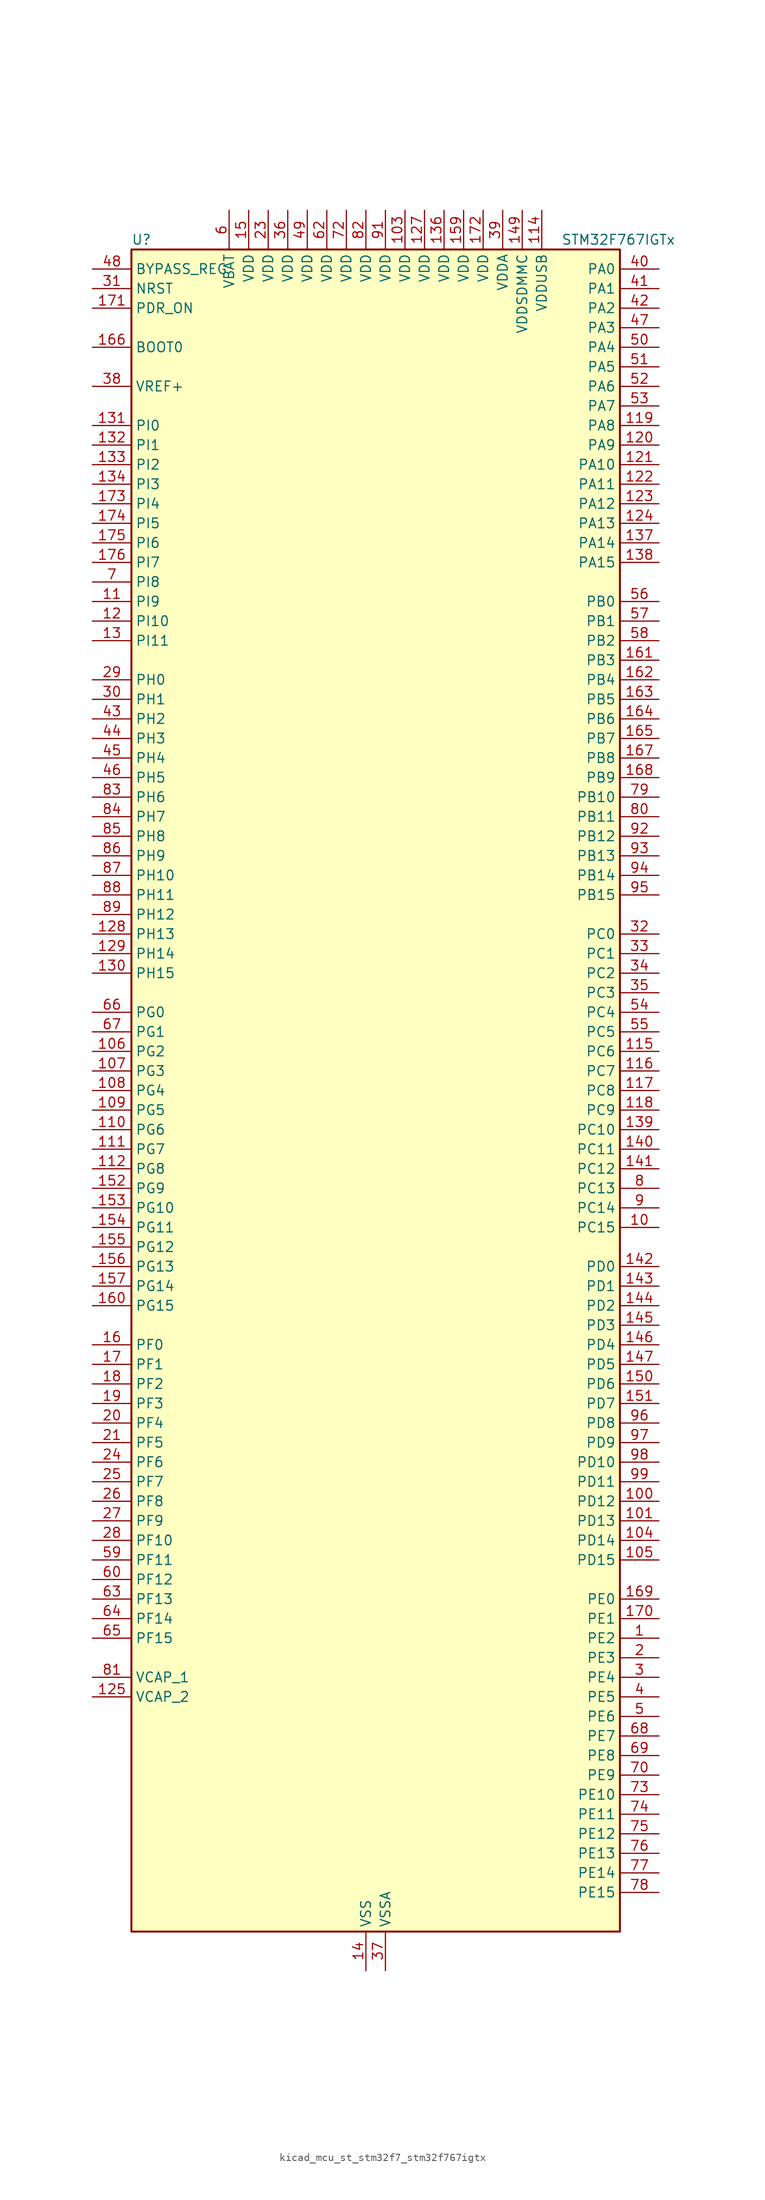
<source format=kicad_sym>
(kicad_symbol_lib
  (version 20220914)
  (generator kicad_symbol_editor)
  (symbol "kicad_mcu_st_stm32f7_stm32f767igtx"
    (property "Reference" "U"
      (at -30.48 110.49 0)
      (effects (font (size 1.27 1.27)) (justify left)))
    (property "Value" "STM32F767IGTx"
      (at 25.4 110.49 0)
      (effects (font (size 1.27 1.27)) (justify left)))
    (property "ki_locked" ""
      (at 0 0 0)
      (effects (font (size 1.27 1.27))))
    (symbol "kicad_mcu_st_stm32f7_stm32f767igtx_0_1"
      (rectangle (start -30.48 -109.22) (end 33.02 109.22) (stroke (width 0.254) (type default)) (fill (type background))))
    (symbol "kicad_mcu_st_stm32f7_stm32f767igtx_1_1"
      (pin bidirectional line (at 38.1 -71.12 180) (length 5.08) (name "PE2" (effects (font (size 1.27 1.27)))) (number "1" (effects (font (size 1.27 1.27)))) (alternate "ETH_TXD3" bidirectional line) (alternate "FMC_A23" bidirectional line) (alternate "QUADSPI_BK1_IO2" bidirectional line) (alternate "SAI1_MCLK_A" bidirectional line) (alternate "SPI4_SCK" bidirectional line) (alternate "SYS_TRACECLK" bidirectional line))
      (pin bidirectional line (at 38.1 -17.78 180) (length 5.08) (name "PC15" (effects (font (size 1.27 1.27)))) (number "10" (effects (font (size 1.27 1.27)))) (alternate "RCC_OSC32_OUT" bidirectional line))
      (pin bidirectional line (at 38.1 -53.34 180) (length 5.08) (name "PD12" (effects (font (size 1.27 1.27)))) (number "100" (effects (font (size 1.27 1.27)))) (alternate "FMC_A17" bidirectional line) (alternate "FMC_ALE" bidirectional line) (alternate "I2C4_SCL" bidirectional line) (alternate "LPTIM1_IN1" bidirectional line) (alternate "QUADSPI_BK1_IO1" bidirectional line) (alternate "SAI2_FS_A" bidirectional line) (alternate "TIM4_CH1" bidirectional line) (alternate "USART3_DE" bidirectional line) (alternate "USART3_RTS" bidirectional line))
      (pin bidirectional line (at 38.1 -55.88 180) (length 5.08) (name "PD13" (effects (font (size 1.27 1.27)))) (number "101" (effects (font (size 1.27 1.27)))) (alternate "FMC_A18" bidirectional line) (alternate "I2C4_SDA" bidirectional line) (alternate "LPTIM1_OUT" bidirectional line) (alternate "QUADSPI_BK1_IO3" bidirectional line) (alternate "SAI2_SCK_A" bidirectional line) (alternate "TIM4_CH2" bidirectional line))
      (pin passive line (at 0 -114.3 90) (length 5.08) hide (name "VSS" (effects (font (size 1.27 1.27)))) (number "102" (effects (font (size 1.27 1.27)))))
      (pin power_in line (at 5.08 114.3 270) (length 5.08) (name "VDD" (effects (font (size 1.27 1.27)))) (number "103" (effects (font (size 1.27 1.27)))))
      (pin bidirectional line (at 38.1 -58.42 180) (length 5.08) (name "PD14" (effects (font (size 1.27 1.27)))) (number "104" (effects (font (size 1.27 1.27)))) (alternate "FMC_D0" bidirectional line) (alternate "FMC_DA0" bidirectional line) (alternate "TIM4_CH3" bidirectional line) (alternate "UART8_CTS" bidirectional line))
      (pin bidirectional line (at 38.1 -60.96 180) (length 5.08) (name "PD15" (effects (font (size 1.27 1.27)))) (number "105" (effects (font (size 1.27 1.27)))) (alternate "FMC_D1" bidirectional line) (alternate "FMC_DA1" bidirectional line) (alternate "TIM4_CH4" bidirectional line) (alternate "UART8_DE" bidirectional line) (alternate "UART8_RTS" bidirectional line))
      (pin bidirectional line (at -35.56 5.08 0) (length 5.08) (name "PG2" (effects (font (size 1.27 1.27)))) (number "106" (effects (font (size 1.27 1.27)))) (alternate "FMC_A12" bidirectional line))
      (pin bidirectional line (at -35.56 2.54 0) (length 5.08) (name "PG3" (effects (font (size 1.27 1.27)))) (number "107" (effects (font (size 1.27 1.27)))) (alternate "FMC_A13" bidirectional line))
      (pin bidirectional line (at -35.56 0 0) (length 5.08) (name "PG4" (effects (font (size 1.27 1.27)))) (number "108" (effects (font (size 1.27 1.27)))) (alternate "FMC_A14" bidirectional line) (alternate "FMC_BA0" bidirectional line))
      (pin bidirectional line (at -35.56 -2.54 0) (length 5.08) (name "PG5" (effects (font (size 1.27 1.27)))) (number "109" (effects (font (size 1.27 1.27)))) (alternate "FMC_A15" bidirectional line) (alternate "FMC_BA1" bidirectional line))
      (pin bidirectional line (at -35.56 63.5 0) (length 5.08) (name "PI9" (effects (font (size 1.27 1.27)))) (number "11" (effects (font (size 1.27 1.27)))) (alternate "CAN1_RX" bidirectional line) (alternate "DAC_EXTI9" bidirectional line) (alternate "FMC_D30" bidirectional line) (alternate "LTDC_VSYNC" bidirectional line) (alternate "UART4_RX" bidirectional line))
      (pin bidirectional line (at -35.56 -5.08 0) (length 5.08) (name "PG6" (effects (font (size 1.27 1.27)))) (number "110" (effects (font (size 1.27 1.27)))) (alternate "DCMI_D12" bidirectional line) (alternate "FMC_NE3" bidirectional line) (alternate "LTDC_R7" bidirectional line))
      (pin bidirectional line (at -35.56 -7.62 0) (length 5.08) (name "PG7" (effects (font (size 1.27 1.27)))) (number "111" (effects (font (size 1.27 1.27)))) (alternate "DCMI_D13" bidirectional line) (alternate "FMC_INT" bidirectional line) (alternate "LTDC_CLK" bidirectional line) (alternate "SAI1_MCLK_A" bidirectional line) (alternate "USART6_CK" bidirectional line))
      (pin bidirectional line (at -35.56 -10.16 0) (length 5.08) (name "PG8" (effects (font (size 1.27 1.27)))) (number "112" (effects (font (size 1.27 1.27)))) (alternate "ETH_PPS_OUT" bidirectional line) (alternate "FMC_SDCLK" bidirectional line) (alternate "LTDC_G7" bidirectional line) (alternate "SPDIFRX_IN2" bidirectional line) (alternate "SPI6_NSS" bidirectional line) (alternate "USART6_DE" bidirectional line) (alternate "USART6_RTS" bidirectional line))
      (pin passive line (at 0 -114.3 90) (length 5.08) hide (name "VSS" (effects (font (size 1.27 1.27)))) (number "113" (effects (font (size 1.27 1.27)))))
      (pin power_in line (at 22.86 114.3 270) (length 5.08) (name "VDDUSB" (effects (font (size 1.27 1.27)))) (number "114" (effects (font (size 1.27 1.27)))))
      (pin bidirectional line (at 38.1 5.08 180) (length 5.08) (name "PC6" (effects (font (size 1.27 1.27)))) (number "115" (effects (font (size 1.27 1.27)))) (alternate "DCMI_D0" bidirectional line) (alternate "DFSDM1_CKIN3" bidirectional line) (alternate "FMC_NWAIT" bidirectional line) (alternate "I2S2_MCK" bidirectional line) (alternate "LTDC_HSYNC" bidirectional line) (alternate "SDMMC1_D6" bidirectional line) (alternate "SDMMC2_D6" bidirectional line) (alternate "TIM3_CH1" bidirectional line) (alternate "TIM8_CH1" bidirectional line) (alternate "USART6_TX" bidirectional line))
      (pin bidirectional line (at 38.1 2.54 180) (length 5.08) (name "PC7" (effects (font (size 1.27 1.27)))) (number "116" (effects (font (size 1.27 1.27)))) (alternate "DCMI_D1" bidirectional line) (alternate "DFSDM1_DATIN3" bidirectional line) (alternate "FMC_NE1" bidirectional line) (alternate "I2S3_MCK" bidirectional line) (alternate "LTDC_G6" bidirectional line) (alternate "SDMMC1_D7" bidirectional line) (alternate "SDMMC2_D7" bidirectional line) (alternate "TIM3_CH2" bidirectional line) (alternate "TIM8_CH2" bidirectional line) (alternate "USART6_RX" bidirectional line))
      (pin bidirectional line (at 38.1 0 180) (length 5.08) (name "PC8" (effects (font (size 1.27 1.27)))) (number "117" (effects (font (size 1.27 1.27)))) (alternate "DCMI_D2" bidirectional line) (alternate "FMC_NCE" bidirectional line) (alternate "FMC_NE2" bidirectional line) (alternate "SDMMC1_D0" bidirectional line) (alternate "SYS_TRACED1" bidirectional line) (alternate "TIM3_CH3" bidirectional line) (alternate "TIM8_CH3" bidirectional line) (alternate "UART5_DE" bidirectional line) (alternate "UART5_RTS" bidirectional line) (alternate "USART6_CK" bidirectional line))
      (pin bidirectional line (at 38.1 -2.54 180) (length 5.08) (name "PC9" (effects (font (size 1.27 1.27)))) (number "118" (effects (font (size 1.27 1.27)))) (alternate "DAC_EXTI9" bidirectional line) (alternate "DCMI_D3" bidirectional line) (alternate "I2C3_SDA" bidirectional line) (alternate "I2S_CKIN" bidirectional line) (alternate "LTDC_B2" bidirectional line) (alternate "LTDC_G3" bidirectional line) (alternate "QUADSPI_BK1_IO0" bidirectional line) (alternate "RCC_MCO_2" bidirectional line) (alternate "SDMMC1_D1" bidirectional line) (alternate "TIM3_CH4" bidirectional line) (alternate "TIM8_CH4" bidirectional line) (alternate "UART5_CTS" bidirectional line))
      (pin bidirectional line (at 38.1 86.36 180) (length 5.08) (name "PA8" (effects (font (size 1.27 1.27)))) (number "119" (effects (font (size 1.27 1.27)))) (alternate "CAN3_RX" bidirectional line) (alternate "I2C3_SCL" bidirectional line) (alternate "LTDC_B3" bidirectional line) (alternate "LTDC_R6" bidirectional line) (alternate "RCC_MCO_1" bidirectional line) (alternate "TIM1_CH1" bidirectional line) (alternate "TIM8_BKIN2" bidirectional line) (alternate "UART7_RX" bidirectional line) (alternate "USART1_CK" bidirectional line) (alternate "USB_OTG_FS_SOF" bidirectional line))
      (pin bidirectional line (at -35.56 60.96 0) (length 5.08) (name "PI10" (effects (font (size 1.27 1.27)))) (number "12" (effects (font (size 1.27 1.27)))) (alternate "ETH_RX_ER" bidirectional line) (alternate "FMC_D31" bidirectional line) (alternate "LTDC_HSYNC" bidirectional line))
      (pin bidirectional line (at 38.1 83.82 180) (length 5.08) (name "PA9" (effects (font (size 1.27 1.27)))) (number "120" (effects (font (size 1.27 1.27)))) (alternate "DAC_EXTI9" bidirectional line) (alternate "DCMI_D0" bidirectional line) (alternate "I2C3_SMBA" bidirectional line) (alternate "I2S2_CK" bidirectional line) (alternate "LTDC_R5" bidirectional line) (alternate "SPI2_SCK" bidirectional line) (alternate "TIM1_CH2" bidirectional line) (alternate "USART1_TX" bidirectional line) (alternate "USB_OTG_FS_VBUS" bidirectional line))
      (pin bidirectional line (at 38.1 81.28 180) (length 5.08) (name "PA10" (effects (font (size 1.27 1.27)))) (number "121" (effects (font (size 1.27 1.27)))) (alternate "DCMI_D1" bidirectional line) (alternate "LTDC_B1" bidirectional line) (alternate "LTDC_B4" bidirectional line) (alternate "MDIOS_MDIO" bidirectional line) (alternate "TIM1_CH3" bidirectional line) (alternate "USART1_RX" bidirectional line) (alternate "USB_OTG_FS_ID" bidirectional line))
      (pin bidirectional line (at 38.1 78.74 180) (length 5.08) (name "PA11" (effects (font (size 1.27 1.27)))) (number "122" (effects (font (size 1.27 1.27)))) (alternate "ADC1_EXTI11" bidirectional line) (alternate "ADC2_EXTI11" bidirectional line) (alternate "ADC3_EXTI11" bidirectional line) (alternate "CAN1_RX" bidirectional line) (alternate "I2S2_WS" bidirectional line) (alternate "LTDC_R4" bidirectional line) (alternate "SPI2_NSS" bidirectional line) (alternate "TIM1_CH4" bidirectional line) (alternate "UART4_RX" bidirectional line) (alternate "USART1_CTS" bidirectional line) (alternate "USB_OTG_FS_DM" bidirectional line))
      (pin bidirectional line (at 38.1 76.2 180) (length 5.08) (name "PA12" (effects (font (size 1.27 1.27)))) (number "123" (effects (font (size 1.27 1.27)))) (alternate "CAN1_TX" bidirectional line) (alternate "I2S2_CK" bidirectional line) (alternate "LTDC_R5" bidirectional line) (alternate "SAI2_FS_B" bidirectional line) (alternate "SPI2_SCK" bidirectional line) (alternate "TIM1_ETR" bidirectional line) (alternate "UART4_TX" bidirectional line) (alternate "USART1_DE" bidirectional line) (alternate "USART1_RTS" bidirectional line) (alternate "USB_OTG_FS_DP" bidirectional line))
      (pin bidirectional line (at 38.1 73.66 180) (length 5.08) (name "PA13" (effects (font (size 1.27 1.27)))) (number "124" (effects (font (size 1.27 1.27)))) (alternate "SYS_JTMS-SWDIO" bidirectional line))
      (pin power_out line (at -35.56 -78.74 0) (length 5.08) (name "VCAP_2" (effects (font (size 1.27 1.27)))) (number "125" (effects (font (size 1.27 1.27)))))
      (pin passive line (at 0 -114.3 90) (length 5.08) hide (name "VSS" (effects (font (size 1.27 1.27)))) (number "126" (effects (font (size 1.27 1.27)))))
      (pin power_in line (at 7.62 114.3 270) (length 5.08) (name "VDD" (effects (font (size 1.27 1.27)))) (number "127" (effects (font (size 1.27 1.27)))))
      (pin bidirectional line (at -35.56 20.32 0) (length 5.08) (name "PH13" (effects (font (size 1.27 1.27)))) (number "128" (effects (font (size 1.27 1.27)))) (alternate "CAN1_TX" bidirectional line) (alternate "FMC_D21" bidirectional line) (alternate "LTDC_G2" bidirectional line) (alternate "TIM8_CH1N" bidirectional line) (alternate "UART4_TX" bidirectional line))
      (pin bidirectional line (at -35.56 17.78 0) (length 5.08) (name "PH14" (effects (font (size 1.27 1.27)))) (number "129" (effects (font (size 1.27 1.27)))) (alternate "CAN1_RX" bidirectional line) (alternate "DCMI_D4" bidirectional line) (alternate "FMC_D22" bidirectional line) (alternate "LTDC_G3" bidirectional line) (alternate "TIM8_CH2N" bidirectional line) (alternate "UART4_RX" bidirectional line))
      (pin bidirectional line (at -35.56 58.42 0) (length 5.08) (name "PI11" (effects (font (size 1.27 1.27)))) (number "13" (effects (font (size 1.27 1.27)))) (alternate "ADC1_EXTI11" bidirectional line) (alternate "ADC2_EXTI11" bidirectional line) (alternate "ADC3_EXTI11" bidirectional line) (alternate "LTDC_G6" bidirectional line) (alternate "SYS_WKUP6" bidirectional line) (alternate "USB_OTG_HS_ULPI_DIR" bidirectional line))
      (pin bidirectional line (at -35.56 15.24 0) (length 5.08) (name "PH15" (effects (font (size 1.27 1.27)))) (number "130" (effects (font (size 1.27 1.27)))) (alternate "DCMI_D11" bidirectional line) (alternate "FMC_D23" bidirectional line) (alternate "LTDC_G4" bidirectional line) (alternate "TIM8_CH3N" bidirectional line))
      (pin bidirectional line (at -35.56 86.36 0) (length 5.08) (name "PI0" (effects (font (size 1.27 1.27)))) (number "131" (effects (font (size 1.27 1.27)))) (alternate "DCMI_D13" bidirectional line) (alternate "FMC_D24" bidirectional line) (alternate "I2S2_WS" bidirectional line) (alternate "LTDC_G5" bidirectional line) (alternate "SPI2_NSS" bidirectional line) (alternate "TIM5_CH4" bidirectional line))
      (pin bidirectional line (at -35.56 83.82 0) (length 5.08) (name "PI1" (effects (font (size 1.27 1.27)))) (number "132" (effects (font (size 1.27 1.27)))) (alternate "DCMI_D8" bidirectional line) (alternate "FMC_D25" bidirectional line) (alternate "I2S2_CK" bidirectional line) (alternate "LTDC_G6" bidirectional line) (alternate "SPI2_SCK" bidirectional line) (alternate "TIM8_BKIN2" bidirectional line))
      (pin bidirectional line (at -35.56 81.28 0) (length 5.08) (name "PI2" (effects (font (size 1.27 1.27)))) (number "133" (effects (font (size 1.27 1.27)))) (alternate "DCMI_D9" bidirectional line) (alternate "FMC_D26" bidirectional line) (alternate "LTDC_G7" bidirectional line) (alternate "SPI2_MISO" bidirectional line) (alternate "TIM8_CH4" bidirectional line))
      (pin bidirectional line (at -35.56 78.74 0) (length 5.08) (name "PI3" (effects (font (size 1.27 1.27)))) (number "134" (effects (font (size 1.27 1.27)))) (alternate "DCMI_D10" bidirectional line) (alternate "FMC_D27" bidirectional line) (alternate "I2S2_SD" bidirectional line) (alternate "SPI2_MOSI" bidirectional line) (alternate "TIM8_ETR" bidirectional line))
      (pin passive line (at 0 -114.3 90) (length 5.08) hide (name "VSS" (effects (font (size 1.27 1.27)))) (number "135" (effects (font (size 1.27 1.27)))))
      (pin power_in line (at 10.16 114.3 270) (length 5.08) (name "VDD" (effects (font (size 1.27 1.27)))) (number "136" (effects (font (size 1.27 1.27)))))
      (pin bidirectional line (at 38.1 71.12 180) (length 5.08) (name "PA14" (effects (font (size 1.27 1.27)))) (number "137" (effects (font (size 1.27 1.27)))) (alternate "SYS_JTCK-SWCLK" bidirectional line))
      (pin bidirectional line (at 38.1 68.58 180) (length 5.08) (name "PA15" (effects (font (size 1.27 1.27)))) (number "138" (effects (font (size 1.27 1.27)))) (alternate "CAN3_TX" bidirectional line) (alternate "CEC" bidirectional line) (alternate "I2S1_WS" bidirectional line) (alternate "I2S3_WS" bidirectional line) (alternate "SPI1_NSS" bidirectional line) (alternate "SPI3_NSS" bidirectional line) (alternate "SPI6_NSS" bidirectional line) (alternate "SYS_JTDI" bidirectional line) (alternate "TIM2_CH1" bidirectional line) (alternate "TIM2_ETR" bidirectional line) (alternate "UART4_DE" bidirectional line) (alternate "UART4_RTS" bidirectional line) (alternate "UART7_TX" bidirectional line))
      (pin bidirectional line (at 38.1 -5.08 180) (length 5.08) (name "PC10" (effects (font (size 1.27 1.27)))) (number "139" (effects (font (size 1.27 1.27)))) (alternate "DCMI_D8" bidirectional line) (alternate "DFSDM1_CKIN5" bidirectional line) (alternate "I2S3_CK" bidirectional line) (alternate "LTDC_R2" bidirectional line) (alternate "QUADSPI_BK1_IO1" bidirectional line) (alternate "SDMMC1_D2" bidirectional line) (alternate "SPI3_SCK" bidirectional line) (alternate "UART4_TX" bidirectional line) (alternate "USART3_TX" bidirectional line))
      (pin power_in line (at 0 -114.3 90) (length 5.08) (name "VSS" (effects (font (size 1.27 1.27)))) (number "14" (effects (font (size 1.27 1.27)))))
      (pin bidirectional line (at 38.1 -7.62 180) (length 5.08) (name "PC11" (effects (font (size 1.27 1.27)))) (number "140" (effects (font (size 1.27 1.27)))) (alternate "ADC1_EXTI11" bidirectional line) (alternate "ADC2_EXTI11" bidirectional line) (alternate "ADC3_EXTI11" bidirectional line) (alternate "DCMI_D4" bidirectional line) (alternate "DFSDM1_DATIN5" bidirectional line) (alternate "QUADSPI_BK2_NCS" bidirectional line) (alternate "SDMMC1_D3" bidirectional line) (alternate "SPI3_MISO" bidirectional line) (alternate "UART4_RX" bidirectional line) (alternate "USART3_RX" bidirectional line))
      (pin bidirectional line (at 38.1 -10.16 180) (length 5.08) (name "PC12" (effects (font (size 1.27 1.27)))) (number "141" (effects (font (size 1.27 1.27)))) (alternate "DCMI_D9" bidirectional line) (alternate "I2S3_SD" bidirectional line) (alternate "SDMMC1_CK" bidirectional line) (alternate "SPI3_MOSI" bidirectional line) (alternate "SYS_TRACED3" bidirectional line) (alternate "UART5_TX" bidirectional line) (alternate "USART3_CK" bidirectional line))
      (pin bidirectional line (at 38.1 -22.86 180) (length 5.08) (name "PD0" (effects (font (size 1.27 1.27)))) (number "142" (effects (font (size 1.27 1.27)))) (alternate "CAN1_RX" bidirectional line) (alternate "DFSDM1_CKIN6" bidirectional line) (alternate "DFSDM1_DATIN7" bidirectional line) (alternate "FMC_D2" bidirectional line) (alternate "FMC_DA2" bidirectional line) (alternate "UART4_RX" bidirectional line))
      (pin bidirectional line (at 38.1 -25.4 180) (length 5.08) (name "PD1" (effects (font (size 1.27 1.27)))) (number "143" (effects (font (size 1.27 1.27)))) (alternate "CAN1_TX" bidirectional line) (alternate "DFSDM1_CKIN7" bidirectional line) (alternate "DFSDM1_DATIN6" bidirectional line) (alternate "FMC_D3" bidirectional line) (alternate "FMC_DA3" bidirectional line) (alternate "UART4_TX" bidirectional line))
      (pin bidirectional line (at 38.1 -27.94 180) (length 5.08) (name "PD2" (effects (font (size 1.27 1.27)))) (number "144" (effects (font (size 1.27 1.27)))) (alternate "DCMI_D11" bidirectional line) (alternate "SDMMC1_CMD" bidirectional line) (alternate "SYS_TRACED2" bidirectional line) (alternate "TIM3_ETR" bidirectional line) (alternate "UART5_RX" bidirectional line))
      (pin bidirectional line (at 38.1 -30.48 180) (length 5.08) (name "PD3" (effects (font (size 1.27 1.27)))) (number "145" (effects (font (size 1.27 1.27)))) (alternate "DCMI_D5" bidirectional line) (alternate "DFSDM1_CKOUT" bidirectional line) (alternate "DFSDM1_DATIN0" bidirectional line) (alternate "FMC_CLK" bidirectional line) (alternate "I2S2_CK" bidirectional line) (alternate "LTDC_G7" bidirectional line) (alternate "SPI2_SCK" bidirectional line) (alternate "USART2_CTS" bidirectional line))
      (pin bidirectional line (at 38.1 -33.02 180) (length 5.08) (name "PD4" (effects (font (size 1.27 1.27)))) (number "146" (effects (font (size 1.27 1.27)))) (alternate "DFSDM1_CKIN0" bidirectional line) (alternate "FMC_NOE" bidirectional line) (alternate "USART2_DE" bidirectional line) (alternate "USART2_RTS" bidirectional line))
      (pin bidirectional line (at 38.1 -35.56 180) (length 5.08) (name "PD5" (effects (font (size 1.27 1.27)))) (number "147" (effects (font (size 1.27 1.27)))) (alternate "FMC_NWE" bidirectional line) (alternate "USART2_TX" bidirectional line))
      (pin passive line (at 0 -114.3 90) (length 5.08) hide (name "VSS" (effects (font (size 1.27 1.27)))) (number "148" (effects (font (size 1.27 1.27)))))
      (pin power_in line (at 20.32 114.3 270) (length 5.08) (name "VDDSDMMC" (effects (font (size 1.27 1.27)))) (number "149" (effects (font (size 1.27 1.27)))))
      (pin power_in line (at -15.24 114.3 270) (length 5.08) (name "VDD" (effects (font (size 1.27 1.27)))) (number "15" (effects (font (size 1.27 1.27)))))
      (pin bidirectional line (at 38.1 -38.1 180) (length 5.08) (name "PD6" (effects (font (size 1.27 1.27)))) (number "150" (effects (font (size 1.27 1.27)))) (alternate "DCMI_D10" bidirectional line) (alternate "DFSDM1_CKIN4" bidirectional line) (alternate "DFSDM1_DATIN1" bidirectional line) (alternate "FMC_NWAIT" bidirectional line) (alternate "I2S3_SD" bidirectional line) (alternate "LTDC_B2" bidirectional line) (alternate "SAI1_SD_A" bidirectional line) (alternate "SDMMC2_CK" bidirectional line) (alternate "SPI3_MOSI" bidirectional line) (alternate "USART2_RX" bidirectional line))
      (pin bidirectional line (at 38.1 -40.64 180) (length 5.08) (name "PD7" (effects (font (size 1.27 1.27)))) (number "151" (effects (font (size 1.27 1.27)))) (alternate "DFSDM1_CKIN1" bidirectional line) (alternate "DFSDM1_DATIN4" bidirectional line) (alternate "FMC_NE1" bidirectional line) (alternate "I2S1_SD" bidirectional line) (alternate "SDMMC2_CMD" bidirectional line) (alternate "SPDIFRX_IN0" bidirectional line) (alternate "SPI1_MOSI" bidirectional line) (alternate "USART2_CK" bidirectional line))
      (pin bidirectional line (at -35.56 -12.7 0) (length 5.08) (name "PG9" (effects (font (size 1.27 1.27)))) (number "152" (effects (font (size 1.27 1.27)))) (alternate "DAC_EXTI9" bidirectional line) (alternate "DCMI_VSYNC" bidirectional line) (alternate "FMC_NCE" bidirectional line) (alternate "FMC_NE2" bidirectional line) (alternate "QUADSPI_BK2_IO2" bidirectional line) (alternate "SAI2_FS_B" bidirectional line) (alternate "SDMMC2_D0" bidirectional line) (alternate "SPDIFRX_IN3" bidirectional line) (alternate "SPI1_MISO" bidirectional line) (alternate "USART6_RX" bidirectional line))
      (pin bidirectional line (at -35.56 -15.24 0) (length 5.08) (name "PG10" (effects (font (size 1.27 1.27)))) (number "153" (effects (font (size 1.27 1.27)))) (alternate "DCMI_D2" bidirectional line) (alternate "FMC_NE3" bidirectional line) (alternate "I2S1_WS" bidirectional line) (alternate "LTDC_B2" bidirectional line) (alternate "LTDC_G3" bidirectional line) (alternate "SAI2_SD_B" bidirectional line) (alternate "SDMMC2_D1" bidirectional line) (alternate "SPI1_NSS" bidirectional line))
      (pin bidirectional line (at -35.56 -17.78 0) (length 5.08) (name "PG11" (effects (font (size 1.27 1.27)))) (number "154" (effects (font (size 1.27 1.27)))) (alternate "ADC1_EXTI11" bidirectional line) (alternate "ADC2_EXTI11" bidirectional line) (alternate "ADC3_EXTI11" bidirectional line) (alternate "DCMI_D3" bidirectional line) (alternate "ETH_TX_EN" bidirectional line) (alternate "I2S1_CK" bidirectional line) (alternate "LTDC_B3" bidirectional line) (alternate "SDMMC2_D2" bidirectional line) (alternate "SPDIFRX_IN0" bidirectional line) (alternate "SPI1_SCK" bidirectional line))
      (pin bidirectional line (at -35.56 -20.32 0) (length 5.08) (name "PG12" (effects (font (size 1.27 1.27)))) (number "155" (effects (font (size 1.27 1.27)))) (alternate "FMC_NE4" bidirectional line) (alternate "LPTIM1_IN1" bidirectional line) (alternate "LTDC_B1" bidirectional line) (alternate "LTDC_B4" bidirectional line) (alternate "SDMMC2_D3" bidirectional line) (alternate "SPDIFRX_IN1" bidirectional line) (alternate "SPI6_MISO" bidirectional line) (alternate "USART6_DE" bidirectional line) (alternate "USART6_RTS" bidirectional line))
      (pin bidirectional line (at -35.56 -22.86 0) (length 5.08) (name "PG13" (effects (font (size 1.27 1.27)))) (number "156" (effects (font (size 1.27 1.27)))) (alternate "ETH_TXD0" bidirectional line) (alternate "FMC_A24" bidirectional line) (alternate "LPTIM1_OUT" bidirectional line) (alternate "LTDC_R0" bidirectional line) (alternate "SPI6_SCK" bidirectional line) (alternate "SYS_TRACED0" bidirectional line) (alternate "USART6_CTS" bidirectional line))
      (pin bidirectional line (at -35.56 -25.4 0) (length 5.08) (name "PG14" (effects (font (size 1.27 1.27)))) (number "157" (effects (font (size 1.27 1.27)))) (alternate "ETH_TXD1" bidirectional line) (alternate "FMC_A25" bidirectional line) (alternate "LPTIM1_ETR" bidirectional line) (alternate "LTDC_B0" bidirectional line) (alternate "QUADSPI_BK2_IO3" bidirectional line) (alternate "SPI6_MOSI" bidirectional line) (alternate "SYS_TRACED1" bidirectional line) (alternate "USART6_TX" bidirectional line))
      (pin passive line (at 0 -114.3 90) (length 5.08) hide (name "VSS" (effects (font (size 1.27 1.27)))) (number "158" (effects (font (size 1.27 1.27)))))
      (pin power_in line (at 12.7 114.3 270) (length 5.08) (name "VDD" (effects (font (size 1.27 1.27)))) (number "159" (effects (font (size 1.27 1.27)))))
      (pin bidirectional line (at -35.56 -33.02 0) (length 5.08) (name "PF0" (effects (font (size 1.27 1.27)))) (number "16" (effects (font (size 1.27 1.27)))) (alternate "FMC_A0" bidirectional line) (alternate "I2C2_SDA" bidirectional line))
      (pin bidirectional line (at -35.56 -27.94 0) (length 5.08) (name "PG15" (effects (font (size 1.27 1.27)))) (number "160" (effects (font (size 1.27 1.27)))) (alternate "DCMI_D13" bidirectional line) (alternate "FMC_SDNCAS" bidirectional line) (alternate "USART6_CTS" bidirectional line))
      (pin bidirectional line (at 38.1 55.88 180) (length 5.08) (name "PB3" (effects (font (size 1.27 1.27)))) (number "161" (effects (font (size 1.27 1.27)))) (alternate "CAN3_RX" bidirectional line) (alternate "I2S1_CK" bidirectional line) (alternate "I2S3_CK" bidirectional line) (alternate "SDMMC2_D2" bidirectional line) (alternate "SPI1_SCK" bidirectional line) (alternate "SPI3_SCK" bidirectional line) (alternate "SPI6_SCK" bidirectional line) (alternate "SYS_JTDO-SWO" bidirectional line) (alternate "TIM2_CH2" bidirectional line) (alternate "UART7_RX" bidirectional line))
      (pin bidirectional line (at 38.1 53.34 180) (length 5.08) (name "PB4" (effects (font (size 1.27 1.27)))) (number "162" (effects (font (size 1.27 1.27)))) (alternate "CAN3_TX" bidirectional line) (alternate "I2S2_WS" bidirectional line) (alternate "SDMMC2_D3" bidirectional line) (alternate "SPI1_MISO" bidirectional line) (alternate "SPI2_NSS" bidirectional line) (alternate "SPI3_MISO" bidirectional line) (alternate "SPI6_MISO" bidirectional line) (alternate "SYS_JTRST" bidirectional line) (alternate "TIM3_CH1" bidirectional line) (alternate "UART7_TX" bidirectional line))
      (pin bidirectional line (at 38.1 50.8 180) (length 5.08) (name "PB5" (effects (font (size 1.27 1.27)))) (number "163" (effects (font (size 1.27 1.27)))) (alternate "CAN2_RX" bidirectional line) (alternate "DCMI_D10" bidirectional line) (alternate "ETH_PPS_OUT" bidirectional line) (alternate "FMC_SDCKE1" bidirectional line) (alternate "I2C1_SMBA" bidirectional line) (alternate "I2S1_SD" bidirectional line) (alternate "I2S3_SD" bidirectional line) (alternate "LTDC_G7" bidirectional line) (alternate "SPI1_MOSI" bidirectional line) (alternate "SPI3_MOSI" bidirectional line) (alternate "SPI6_MOSI" bidirectional line) (alternate "TIM3_CH2" bidirectional line) (alternate "UART5_RX" bidirectional line) (alternate "USB_OTG_HS_ULPI_D7" bidirectional line))
      (pin bidirectional line (at 38.1 48.26 180) (length 5.08) (name "PB6" (effects (font (size 1.27 1.27)))) (number "164" (effects (font (size 1.27 1.27)))) (alternate "CAN2_TX" bidirectional line) (alternate "CEC" bidirectional line) (alternate "DCMI_D5" bidirectional line) (alternate "DFSDM1_DATIN5" bidirectional line) (alternate "FMC_SDNE1" bidirectional line) (alternate "I2C1_SCL" bidirectional line) (alternate "I2C4_SCL" bidirectional line) (alternate "QUADSPI_BK1_NCS" bidirectional line) (alternate "TIM4_CH1" bidirectional line) (alternate "UART5_TX" bidirectional line) (alternate "USART1_TX" bidirectional line))
      (pin bidirectional line (at 38.1 45.72 180) (length 5.08) (name "PB7" (effects (font (size 1.27 1.27)))) (number "165" (effects (font (size 1.27 1.27)))) (alternate "DCMI_VSYNC" bidirectional line) (alternate "DFSDM1_CKIN5" bidirectional line) (alternate "FMC_NL" bidirectional line) (alternate "I2C1_SDA" bidirectional line) (alternate "I2C4_SDA" bidirectional line) (alternate "TIM4_CH2" bidirectional line) (alternate "USART1_RX" bidirectional line))
      (pin input line (at -35.56 96.52 0) (length 5.08) (name "BOOT0" (effects (font (size 1.27 1.27)))) (number "166" (effects (font (size 1.27 1.27)))))
      (pin bidirectional line (at 38.1 43.18 180) (length 5.08) (name "PB8" (effects (font (size 1.27 1.27)))) (number "167" (effects (font (size 1.27 1.27)))) (alternate "CAN1_RX" bidirectional line) (alternate "DCMI_D6" bidirectional line) (alternate "DFSDM1_CKIN7" bidirectional line) (alternate "ETH_TXD3" bidirectional line) (alternate "I2C1_SCL" bidirectional line) (alternate "I2C4_SCL" bidirectional line) (alternate "LTDC_B6" bidirectional line) (alternate "SDMMC1_D4" bidirectional line) (alternate "SDMMC2_D4" bidirectional line) (alternate "TIM10_CH1" bidirectional line) (alternate "TIM4_CH3" bidirectional line) (alternate "UART5_RX" bidirectional line))
      (pin bidirectional line (at 38.1 40.64 180) (length 5.08) (name "PB9" (effects (font (size 1.27 1.27)))) (number "168" (effects (font (size 1.27 1.27)))) (alternate "CAN1_TX" bidirectional line) (alternate "DAC_EXTI9" bidirectional line) (alternate "DCMI_D7" bidirectional line) (alternate "DFSDM1_DATIN7" bidirectional line) (alternate "I2C1_SDA" bidirectional line) (alternate "I2C4_SDA" bidirectional line) (alternate "I2C4_SMBA" bidirectional line) (alternate "I2S2_WS" bidirectional line) (alternate "LTDC_B7" bidirectional line) (alternate "SDMMC1_D5" bidirectional line) (alternate "SDMMC2_D5" bidirectional line) (alternate "SPI2_NSS" bidirectional line) (alternate "TIM11_CH1" bidirectional line) (alternate "TIM4_CH4" bidirectional line) (alternate "UART5_TX" bidirectional line))
      (pin bidirectional line (at 38.1 -66.04 180) (length 5.08) (name "PE0" (effects (font (size 1.27 1.27)))) (number "169" (effects (font (size 1.27 1.27)))) (alternate "DCMI_D2" bidirectional line) (alternate "FMC_NBL0" bidirectional line) (alternate "LPTIM1_ETR" bidirectional line) (alternate "SAI2_MCLK_A" bidirectional line) (alternate "TIM4_ETR" bidirectional line) (alternate "UART8_RX" bidirectional line))
      (pin bidirectional line (at -35.56 -35.56 0) (length 5.08) (name "PF1" (effects (font (size 1.27 1.27)))) (number "17" (effects (font (size 1.27 1.27)))) (alternate "FMC_A1" bidirectional line) (alternate "I2C2_SCL" bidirectional line))
      (pin bidirectional line (at 38.1 -68.58 180) (length 5.08) (name "PE1" (effects (font (size 1.27 1.27)))) (number "170" (effects (font (size 1.27 1.27)))) (alternate "DCMI_D3" bidirectional line) (alternate "FMC_NBL1" bidirectional line) (alternate "LPTIM1_IN2" bidirectional line) (alternate "UART8_TX" bidirectional line))
      (pin input line (at -35.56 101.6 0) (length 5.08) (name "PDR_ON" (effects (font (size 1.27 1.27)))) (number "171" (effects (font (size 1.27 1.27)))))
      (pin power_in line (at 15.24 114.3 270) (length 5.08) (name "VDD" (effects (font (size 1.27 1.27)))) (number "172" (effects (font (size 1.27 1.27)))))
      (pin bidirectional line (at -35.56 76.2 0) (length 5.08) (name "PI4" (effects (font (size 1.27 1.27)))) (number "173" (effects (font (size 1.27 1.27)))) (alternate "DCMI_D5" bidirectional line) (alternate "FMC_NBL2" bidirectional line) (alternate "LTDC_B4" bidirectional line) (alternate "SAI2_MCLK_A" bidirectional line) (alternate "TIM8_BKIN" bidirectional line))
      (pin bidirectional line (at -35.56 73.66 0) (length 5.08) (name "PI5" (effects (font (size 1.27 1.27)))) (number "174" (effects (font (size 1.27 1.27)))) (alternate "DCMI_VSYNC" bidirectional line) (alternate "FMC_NBL3" bidirectional line) (alternate "LTDC_B5" bidirectional line) (alternate "SAI2_SCK_A" bidirectional line) (alternate "TIM8_CH1" bidirectional line))
      (pin bidirectional line (at -35.56 71.12 0) (length 5.08) (name "PI6" (effects (font (size 1.27 1.27)))) (number "175" (effects (font (size 1.27 1.27)))) (alternate "DCMI_D6" bidirectional line) (alternate "FMC_D28" bidirectional line) (alternate "LTDC_B6" bidirectional line) (alternate "SAI2_SD_A" bidirectional line) (alternate "TIM8_CH2" bidirectional line))
      (pin bidirectional line (at -35.56 68.58 0) (length 5.08) (name "PI7" (effects (font (size 1.27 1.27)))) (number "176" (effects (font (size 1.27 1.27)))) (alternate "DCMI_D7" bidirectional line) (alternate "FMC_D29" bidirectional line) (alternate "LTDC_B7" bidirectional line) (alternate "SAI2_FS_A" bidirectional line) (alternate "TIM8_CH3" bidirectional line))
      (pin bidirectional line (at -35.56 -38.1 0) (length 5.08) (name "PF2" (effects (font (size 1.27 1.27)))) (number "18" (effects (font (size 1.27 1.27)))) (alternate "FMC_A2" bidirectional line) (alternate "I2C2_SMBA" bidirectional line))
      (pin bidirectional line (at -35.56 -40.64 0) (length 5.08) (name "PF3" (effects (font (size 1.27 1.27)))) (number "19" (effects (font (size 1.27 1.27)))) (alternate "ADC3_IN9" bidirectional line) (alternate "FMC_A3" bidirectional line))
      (pin bidirectional line (at 38.1 -73.66 180) (length 5.08) (name "PE3" (effects (font (size 1.27 1.27)))) (number "2" (effects (font (size 1.27 1.27)))) (alternate "FMC_A19" bidirectional line) (alternate "SAI1_SD_B" bidirectional line) (alternate "SYS_TRACED0" bidirectional line))
      (pin bidirectional line (at -35.56 -43.18 0) (length 5.08) (name "PF4" (effects (font (size 1.27 1.27)))) (number "20" (effects (font (size 1.27 1.27)))) (alternate "ADC3_IN14" bidirectional line) (alternate "FMC_A4" bidirectional line))
      (pin bidirectional line (at -35.56 -45.72 0) (length 5.08) (name "PF5" (effects (font (size 1.27 1.27)))) (number "21" (effects (font (size 1.27 1.27)))) (alternate "ADC3_IN15" bidirectional line) (alternate "FMC_A5" bidirectional line))
      (pin passive line (at 0 -114.3 90) (length 5.08) hide (name "VSS" (effects (font (size 1.27 1.27)))) (number "22" (effects (font (size 1.27 1.27)))))
      (pin power_in line (at -12.7 114.3 270) (length 5.08) (name "VDD" (effects (font (size 1.27 1.27)))) (number "23" (effects (font (size 1.27 1.27)))))
      (pin bidirectional line (at -35.56 -48.26 0) (length 5.08) (name "PF6" (effects (font (size 1.27 1.27)))) (number "24" (effects (font (size 1.27 1.27)))) (alternate "ADC3_IN4" bidirectional line) (alternate "QUADSPI_BK1_IO3" bidirectional line) (alternate "SAI1_SD_B" bidirectional line) (alternate "SPI5_NSS" bidirectional line) (alternate "TIM10_CH1" bidirectional line) (alternate "UART7_RX" bidirectional line))
      (pin bidirectional line (at -35.56 -50.8 0) (length 5.08) (name "PF7" (effects (font (size 1.27 1.27)))) (number "25" (effects (font (size 1.27 1.27)))) (alternate "ADC3_IN5" bidirectional line) (alternate "QUADSPI_BK1_IO2" bidirectional line) (alternate "SAI1_MCLK_B" bidirectional line) (alternate "SPI5_SCK" bidirectional line) (alternate "TIM11_CH1" bidirectional line) (alternate "UART7_TX" bidirectional line))
      (pin bidirectional line (at -35.56 -53.34 0) (length 5.08) (name "PF8" (effects (font (size 1.27 1.27)))) (number "26" (effects (font (size 1.27 1.27)))) (alternate "ADC3_IN6" bidirectional line) (alternate "QUADSPI_BK1_IO0" bidirectional line) (alternate "SAI1_SCK_B" bidirectional line) (alternate "SPI5_MISO" bidirectional line) (alternate "TIM13_CH1" bidirectional line) (alternate "UART7_DE" bidirectional line) (alternate "UART7_RTS" bidirectional line))
      (pin bidirectional line (at -35.56 -55.88 0) (length 5.08) (name "PF9" (effects (font (size 1.27 1.27)))) (number "27" (effects (font (size 1.27 1.27)))) (alternate "ADC3_IN7" bidirectional line) (alternate "DAC_EXTI9" bidirectional line) (alternate "QUADSPI_BK1_IO1" bidirectional line) (alternate "SAI1_FS_B" bidirectional line) (alternate "SPI5_MOSI" bidirectional line) (alternate "TIM14_CH1" bidirectional line) (alternate "UART7_CTS" bidirectional line))
      (pin bidirectional line (at -35.56 -58.42 0) (length 5.08) (name "PF10" (effects (font (size 1.27 1.27)))) (number "28" (effects (font (size 1.27 1.27)))) (alternate "ADC3_IN8" bidirectional line) (alternate "DCMI_D11" bidirectional line) (alternate "LTDC_DE" bidirectional line) (alternate "QUADSPI_CLK" bidirectional line))
      (pin bidirectional line (at -35.56 53.34 0) (length 5.08) (name "PH0" (effects (font (size 1.27 1.27)))) (number "29" (effects (font (size 1.27 1.27)))) (alternate "RCC_OSC_IN" bidirectional line))
      (pin bidirectional line (at 38.1 -76.2 180) (length 5.08) (name "PE4" (effects (font (size 1.27 1.27)))) (number "3" (effects (font (size 1.27 1.27)))) (alternate "DCMI_D4" bidirectional line) (alternate "DFSDM1_DATIN3" bidirectional line) (alternate "FMC_A20" bidirectional line) (alternate "LTDC_B0" bidirectional line) (alternate "SAI1_FS_A" bidirectional line) (alternate "SPI4_NSS" bidirectional line) (alternate "SYS_TRACED1" bidirectional line))
      (pin bidirectional line (at -35.56 50.8 0) (length 5.08) (name "PH1" (effects (font (size 1.27 1.27)))) (number "30" (effects (font (size 1.27 1.27)))) (alternate "RCC_OSC_OUT" bidirectional line))
      (pin input line (at -35.56 104.14 0) (length 5.08) (name "NRST" (effects (font (size 1.27 1.27)))) (number "31" (effects (font (size 1.27 1.27)))))
      (pin bidirectional line (at 38.1 20.32 180) (length 5.08) (name "PC0" (effects (font (size 1.27 1.27)))) (number "32" (effects (font (size 1.27 1.27)))) (alternate "ADC1_IN10" bidirectional line) (alternate "ADC2_IN10" bidirectional line) (alternate "ADC3_IN10" bidirectional line) (alternate "DFSDM1_CKIN0" bidirectional line) (alternate "DFSDM1_DATIN4" bidirectional line) (alternate "FMC_SDNWE" bidirectional line) (alternate "LTDC_R5" bidirectional line) (alternate "SAI2_FS_B" bidirectional line) (alternate "USB_OTG_HS_ULPI_STP" bidirectional line))
      (pin bidirectional line (at 38.1 17.78 180) (length 5.08) (name "PC1" (effects (font (size 1.27 1.27)))) (number "33" (effects (font (size 1.27 1.27)))) (alternate "ADC1_IN11" bidirectional line) (alternate "ADC2_IN11" bidirectional line) (alternate "ADC3_IN11" bidirectional line) (alternate "DFSDM1_CKIN4" bidirectional line) (alternate "DFSDM1_DATIN0" bidirectional line) (alternate "ETH_MDC" bidirectional line) (alternate "I2S2_SD" bidirectional line) (alternate "MDIOS_MDC" bidirectional line) (alternate "RTC_TAMP3" bidirectional line) (alternate "RTC_TS" bidirectional line) (alternate "SAI1_SD_A" bidirectional line) (alternate "SPI2_MOSI" bidirectional line) (alternate "SYS_TRACED0" bidirectional line) (alternate "SYS_WKUP3" bidirectional line))
      (pin bidirectional line (at 38.1 15.24 180) (length 5.08) (name "PC2" (effects (font (size 1.27 1.27)))) (number "34" (effects (font (size 1.27 1.27)))) (alternate "ADC1_IN12" bidirectional line) (alternate "ADC2_IN12" bidirectional line) (alternate "ADC3_IN12" bidirectional line) (alternate "DFSDM1_CKIN1" bidirectional line) (alternate "DFSDM1_CKOUT" bidirectional line) (alternate "ETH_TXD2" bidirectional line) (alternate "FMC_SDNE0" bidirectional line) (alternate "SPI2_MISO" bidirectional line) (alternate "USB_OTG_HS_ULPI_DIR" bidirectional line))
      (pin bidirectional line (at 38.1 12.7 180) (length 5.08) (name "PC3" (effects (font (size 1.27 1.27)))) (number "35" (effects (font (size 1.27 1.27)))) (alternate "ADC1_IN13" bidirectional line) (alternate "ADC2_IN13" bidirectional line) (alternate "ADC3_IN13" bidirectional line) (alternate "DFSDM1_DATIN1" bidirectional line) (alternate "ETH_TX_CLK" bidirectional line) (alternate "FMC_SDCKE0" bidirectional line) (alternate "I2S2_SD" bidirectional line) (alternate "SPI2_MOSI" bidirectional line) (alternate "USB_OTG_HS_ULPI_NXT" bidirectional line))
      (pin power_in line (at -10.16 114.3 270) (length 5.08) (name "VDD" (effects (font (size 1.27 1.27)))) (number "36" (effects (font (size 1.27 1.27)))))
      (pin power_in line (at 2.54 -114.3 90) (length 5.08) (name "VSSA" (effects (font (size 1.27 1.27)))) (number "37" (effects (font (size 1.27 1.27)))))
      (pin input line (at -35.56 91.44 0) (length 5.08) (name "VREF+" (effects (font (size 1.27 1.27)))) (number "38" (effects (font (size 1.27 1.27)))))
      (pin power_in line (at 17.78 114.3 270) (length 5.08) (name "VDDA" (effects (font (size 1.27 1.27)))) (number "39" (effects (font (size 1.27 1.27)))))
      (pin bidirectional line (at 38.1 -78.74 180) (length 5.08) (name "PE5" (effects (font (size 1.27 1.27)))) (number "4" (effects (font (size 1.27 1.27)))) (alternate "DCMI_D6" bidirectional line) (alternate "DFSDM1_CKIN3" bidirectional line) (alternate "FMC_A21" bidirectional line) (alternate "LTDC_G0" bidirectional line) (alternate "SAI1_SCK_A" bidirectional line) (alternate "SPI4_MISO" bidirectional line) (alternate "SYS_TRACED2" bidirectional line) (alternate "TIM9_CH1" bidirectional line))
      (pin bidirectional line (at 38.1 106.68 180) (length 5.08) (name "PA0" (effects (font (size 1.27 1.27)))) (number "40" (effects (font (size 1.27 1.27)))) (alternate "ADC1_IN0" bidirectional line) (alternate "ADC2_IN0" bidirectional line) (alternate "ADC3_IN0" bidirectional line) (alternate "ETH_CRS" bidirectional line) (alternate "SAI2_SD_B" bidirectional line) (alternate "SYS_WKUP1" bidirectional line) (alternate "TIM2_CH1" bidirectional line) (alternate "TIM2_ETR" bidirectional line) (alternate "TIM5_CH1" bidirectional line) (alternate "TIM8_ETR" bidirectional line) (alternate "UART4_TX" bidirectional line) (alternate "USART2_CTS" bidirectional line))
      (pin bidirectional line (at 38.1 104.14 180) (length 5.08) (name "PA1" (effects (font (size 1.27 1.27)))) (number "41" (effects (font (size 1.27 1.27)))) (alternate "ADC1_IN1" bidirectional line) (alternate "ADC2_IN1" bidirectional line) (alternate "ADC3_IN1" bidirectional line) (alternate "ETH_REF_CLK" bidirectional line) (alternate "ETH_RX_CLK" bidirectional line) (alternate "LTDC_R2" bidirectional line) (alternate "QUADSPI_BK1_IO3" bidirectional line) (alternate "SAI2_MCLK_B" bidirectional line) (alternate "TIM2_CH2" bidirectional line) (alternate "TIM5_CH2" bidirectional line) (alternate "UART4_RX" bidirectional line) (alternate "USART2_DE" bidirectional line) (alternate "USART2_RTS" bidirectional line))
      (pin bidirectional line (at 38.1 101.6 180) (length 5.08) (name "PA2" (effects (font (size 1.27 1.27)))) (number "42" (effects (font (size 1.27 1.27)))) (alternate "ADC1_IN2" bidirectional line) (alternate "ADC2_IN2" bidirectional line) (alternate "ADC3_IN2" bidirectional line) (alternate "ETH_MDIO" bidirectional line) (alternate "LTDC_R1" bidirectional line) (alternate "MDIOS_MDIO" bidirectional line) (alternate "SAI2_SCK_B" bidirectional line) (alternate "SYS_WKUP2" bidirectional line) (alternate "TIM2_CH3" bidirectional line) (alternate "TIM5_CH3" bidirectional line) (alternate "TIM9_CH1" bidirectional line) (alternate "USART2_TX" bidirectional line))
      (pin bidirectional line (at -35.56 48.26 0) (length 5.08) (name "PH2" (effects (font (size 1.27 1.27)))) (number "43" (effects (font (size 1.27 1.27)))) (alternate "ETH_CRS" bidirectional line) (alternate "FMC_SDCKE0" bidirectional line) (alternate "LPTIM1_IN2" bidirectional line) (alternate "LTDC_R0" bidirectional line) (alternate "QUADSPI_BK2_IO0" bidirectional line) (alternate "SAI2_SCK_B" bidirectional line))
      (pin bidirectional line (at -35.56 45.72 0) (length 5.08) (name "PH3" (effects (font (size 1.27 1.27)))) (number "44" (effects (font (size 1.27 1.27)))) (alternate "ETH_COL" bidirectional line) (alternate "FMC_SDNE0" bidirectional line) (alternate "LTDC_R1" bidirectional line) (alternate "QUADSPI_BK2_IO1" bidirectional line) (alternate "SAI2_MCLK_B" bidirectional line))
      (pin bidirectional line (at -35.56 43.18 0) (length 5.08) (name "PH4" (effects (font (size 1.27 1.27)))) (number "45" (effects (font (size 1.27 1.27)))) (alternate "I2C2_SCL" bidirectional line) (alternate "LTDC_G4" bidirectional line) (alternate "LTDC_G5" bidirectional line) (alternate "USB_OTG_HS_ULPI_NXT" bidirectional line))
      (pin bidirectional line (at -35.56 40.64 0) (length 5.08) (name "PH5" (effects (font (size 1.27 1.27)))) (number "46" (effects (font (size 1.27 1.27)))) (alternate "FMC_SDNWE" bidirectional line) (alternate "I2C2_SDA" bidirectional line) (alternate "SPI5_NSS" bidirectional line))
      (pin bidirectional line (at 38.1 99.06 180) (length 5.08) (name "PA3" (effects (font (size 1.27 1.27)))) (number "47" (effects (font (size 1.27 1.27)))) (alternate "ADC1_IN3" bidirectional line) (alternate "ADC2_IN3" bidirectional line) (alternate "ADC3_IN3" bidirectional line) (alternate "ETH_COL" bidirectional line) (alternate "LTDC_B2" bidirectional line) (alternate "LTDC_B5" bidirectional line) (alternate "TIM2_CH4" bidirectional line) (alternate "TIM5_CH4" bidirectional line) (alternate "TIM9_CH2" bidirectional line) (alternate "USART2_RX" bidirectional line) (alternate "USB_OTG_HS_ULPI_D0" bidirectional line))
      (pin input line (at -35.56 106.68 0) (length 5.08) (name "BYPASS_REG" (effects (font (size 1.27 1.27)))) (number "48" (effects (font (size 1.27 1.27)))))
      (pin power_in line (at -7.62 114.3 270) (length 5.08) (name "VDD" (effects (font (size 1.27 1.27)))) (number "49" (effects (font (size 1.27 1.27)))))
      (pin bidirectional line (at 38.1 -81.28 180) (length 5.08) (name "PE6" (effects (font (size 1.27 1.27)))) (number "5" (effects (font (size 1.27 1.27)))) (alternate "DCMI_D7" bidirectional line) (alternate "FMC_A22" bidirectional line) (alternate "LTDC_G1" bidirectional line) (alternate "SAI1_SD_A" bidirectional line) (alternate "SAI2_MCLK_B" bidirectional line) (alternate "SPI4_MOSI" bidirectional line) (alternate "SYS_TRACED3" bidirectional line) (alternate "TIM1_BKIN2" bidirectional line) (alternate "TIM9_CH2" bidirectional line))
      (pin bidirectional line (at 38.1 96.52 180) (length 5.08) (name "PA4" (effects (font (size 1.27 1.27)))) (number "50" (effects (font (size 1.27 1.27)))) (alternate "ADC1_IN4" bidirectional line) (alternate "ADC2_IN4" bidirectional line) (alternate "DAC_OUT1" bidirectional line) (alternate "DCMI_HSYNC" bidirectional line) (alternate "I2S1_WS" bidirectional line) (alternate "I2S3_WS" bidirectional line) (alternate "LTDC_VSYNC" bidirectional line) (alternate "SPI1_NSS" bidirectional line) (alternate "SPI3_NSS" bidirectional line) (alternate "SPI6_NSS" bidirectional line) (alternate "USART2_CK" bidirectional line) (alternate "USB_OTG_HS_SOF" bidirectional line))
      (pin bidirectional line (at 38.1 93.98 180) (length 5.08) (name "PA5" (effects (font (size 1.27 1.27)))) (number "51" (effects (font (size 1.27 1.27)))) (alternate "ADC1_IN5" bidirectional line) (alternate "ADC2_IN5" bidirectional line) (alternate "DAC_OUT2" bidirectional line) (alternate "I2S1_CK" bidirectional line) (alternate "LTDC_R4" bidirectional line) (alternate "SPI1_SCK" bidirectional line) (alternate "SPI6_SCK" bidirectional line) (alternate "TIM2_CH1" bidirectional line) (alternate "TIM2_ETR" bidirectional line) (alternate "TIM8_CH1N" bidirectional line) (alternate "USB_OTG_HS_ULPI_CK" bidirectional line))
      (pin bidirectional line (at 38.1 91.44 180) (length 5.08) (name "PA6" (effects (font (size 1.27 1.27)))) (number "52" (effects (font (size 1.27 1.27)))) (alternate "ADC1_IN6" bidirectional line) (alternate "ADC2_IN6" bidirectional line) (alternate "DCMI_PIXCLK" bidirectional line) (alternate "LTDC_G2" bidirectional line) (alternate "MDIOS_MDC" bidirectional line) (alternate "SPI1_MISO" bidirectional line) (alternate "SPI6_MISO" bidirectional line) (alternate "TIM13_CH1" bidirectional line) (alternate "TIM1_BKIN" bidirectional line) (alternate "TIM3_CH1" bidirectional line) (alternate "TIM8_BKIN" bidirectional line))
      (pin bidirectional line (at 38.1 88.9 180) (length 5.08) (name "PA7" (effects (font (size 1.27 1.27)))) (number "53" (effects (font (size 1.27 1.27)))) (alternate "ADC1_IN7" bidirectional line) (alternate "ADC2_IN7" bidirectional line) (alternate "ETH_CRS_DV" bidirectional line) (alternate "ETH_RX_DV" bidirectional line) (alternate "FMC_SDNWE" bidirectional line) (alternate "I2S1_SD" bidirectional line) (alternate "SPI1_MOSI" bidirectional line) (alternate "SPI6_MOSI" bidirectional line) (alternate "TIM14_CH1" bidirectional line) (alternate "TIM1_CH1N" bidirectional line) (alternate "TIM3_CH2" bidirectional line) (alternate "TIM8_CH1N" bidirectional line))
      (pin bidirectional line (at 38.1 10.16 180) (length 5.08) (name "PC4" (effects (font (size 1.27 1.27)))) (number "54" (effects (font (size 1.27 1.27)))) (alternate "ADC1_IN14" bidirectional line) (alternate "ADC2_IN14" bidirectional line) (alternate "DFSDM1_CKIN2" bidirectional line) (alternate "ETH_RXD0" bidirectional line) (alternate "FMC_SDNE0" bidirectional line) (alternate "I2S1_MCK" bidirectional line) (alternate "SPDIFRX_IN2" bidirectional line))
      (pin bidirectional line (at 38.1 7.62 180) (length 5.08) (name "PC5" (effects (font (size 1.27 1.27)))) (number "55" (effects (font (size 1.27 1.27)))) (alternate "ADC1_IN15" bidirectional line) (alternate "ADC2_IN15" bidirectional line) (alternate "DFSDM1_DATIN2" bidirectional line) (alternate "ETH_RXD1" bidirectional line) (alternate "FMC_SDCKE0" bidirectional line) (alternate "SPDIFRX_IN3" bidirectional line))
      (pin bidirectional line (at 38.1 63.5 180) (length 5.08) (name "PB0" (effects (font (size 1.27 1.27)))) (number "56" (effects (font (size 1.27 1.27)))) (alternate "ADC1_IN8" bidirectional line) (alternate "ADC2_IN8" bidirectional line) (alternate "DFSDM1_CKOUT" bidirectional line) (alternate "ETH_RXD2" bidirectional line) (alternate "LTDC_G1" bidirectional line) (alternate "LTDC_R3" bidirectional line) (alternate "TIM1_CH2N" bidirectional line) (alternate "TIM3_CH3" bidirectional line) (alternate "TIM8_CH2N" bidirectional line) (alternate "UART4_CTS" bidirectional line) (alternate "USB_OTG_HS_ULPI_D1" bidirectional line))
      (pin bidirectional line (at 38.1 60.96 180) (length 5.08) (name "PB1" (effects (font (size 1.27 1.27)))) (number "57" (effects (font (size 1.27 1.27)))) (alternate "ADC1_IN9" bidirectional line) (alternate "ADC2_IN9" bidirectional line) (alternate "DFSDM1_DATIN1" bidirectional line) (alternate "ETH_RXD3" bidirectional line) (alternate "LTDC_G0" bidirectional line) (alternate "LTDC_R6" bidirectional line) (alternate "TIM1_CH3N" bidirectional line) (alternate "TIM3_CH4" bidirectional line) (alternate "TIM8_CH3N" bidirectional line) (alternate "USB_OTG_HS_ULPI_D2" bidirectional line))
      (pin bidirectional line (at 38.1 58.42 180) (length 5.08) (name "PB2" (effects (font (size 1.27 1.27)))) (number "58" (effects (font (size 1.27 1.27)))) (alternate "DFSDM1_CKIN1" bidirectional line) (alternate "I2S3_SD" bidirectional line) (alternate "QUADSPI_CLK" bidirectional line) (alternate "SAI1_SD_A" bidirectional line) (alternate "SPI3_MOSI" bidirectional line))
      (pin bidirectional line (at -35.56 -60.96 0) (length 5.08) (name "PF11" (effects (font (size 1.27 1.27)))) (number "59" (effects (font (size 1.27 1.27)))) (alternate "ADC1_EXTI11" bidirectional line) (alternate "ADC2_EXTI11" bidirectional line) (alternate "ADC3_EXTI11" bidirectional line) (alternate "DCMI_D12" bidirectional line) (alternate "FMC_SDNRAS" bidirectional line) (alternate "SAI2_SD_B" bidirectional line) (alternate "SPI5_MOSI" bidirectional line))
      (pin power_in line (at -17.78 114.3 270) (length 5.08) (name "VBAT" (effects (font (size 1.27 1.27)))) (number "6" (effects (font (size 1.27 1.27)))))
      (pin bidirectional line (at -35.56 -63.5 0) (length 5.08) (name "PF12" (effects (font (size 1.27 1.27)))) (number "60" (effects (font (size 1.27 1.27)))) (alternate "FMC_A6" bidirectional line))
      (pin passive line (at 0 -114.3 90) (length 5.08) hide (name "VSS" (effects (font (size 1.27 1.27)))) (number "61" (effects (font (size 1.27 1.27)))))
      (pin power_in line (at -5.08 114.3 270) (length 5.08) (name "VDD" (effects (font (size 1.27 1.27)))) (number "62" (effects (font (size 1.27 1.27)))))
      (pin bidirectional line (at -35.56 -66.04 0) (length 5.08) (name "PF13" (effects (font (size 1.27 1.27)))) (number "63" (effects (font (size 1.27 1.27)))) (alternate "DFSDM1_DATIN6" bidirectional line) (alternate "FMC_A7" bidirectional line) (alternate "I2C4_SMBA" bidirectional line))
      (pin bidirectional line (at -35.56 -68.58 0) (length 5.08) (name "PF14" (effects (font (size 1.27 1.27)))) (number "64" (effects (font (size 1.27 1.27)))) (alternate "DFSDM1_CKIN6" bidirectional line) (alternate "FMC_A8" bidirectional line) (alternate "I2C4_SCL" bidirectional line))
      (pin bidirectional line (at -35.56 -71.12 0) (length 5.08) (name "PF15" (effects (font (size 1.27 1.27)))) (number "65" (effects (font (size 1.27 1.27)))) (alternate "FMC_A9" bidirectional line) (alternate "I2C4_SDA" bidirectional line))
      (pin bidirectional line (at -35.56 10.16 0) (length 5.08) (name "PG0" (effects (font (size 1.27 1.27)))) (number "66" (effects (font (size 1.27 1.27)))) (alternate "FMC_A10" bidirectional line))
      (pin bidirectional line (at -35.56 7.62 0) (length 5.08) (name "PG1" (effects (font (size 1.27 1.27)))) (number "67" (effects (font (size 1.27 1.27)))) (alternate "FMC_A11" bidirectional line))
      (pin bidirectional line (at 38.1 -83.82 180) (length 5.08) (name "PE7" (effects (font (size 1.27 1.27)))) (number "68" (effects (font (size 1.27 1.27)))) (alternate "DFSDM1_DATIN2" bidirectional line) (alternate "FMC_D4" bidirectional line) (alternate "FMC_DA4" bidirectional line) (alternate "QUADSPI_BK2_IO0" bidirectional line) (alternate "TIM1_ETR" bidirectional line) (alternate "UART7_RX" bidirectional line))
      (pin bidirectional line (at 38.1 -86.36 180) (length 5.08) (name "PE8" (effects (font (size 1.27 1.27)))) (number "69" (effects (font (size 1.27 1.27)))) (alternate "DFSDM1_CKIN2" bidirectional line) (alternate "FMC_D5" bidirectional line) (alternate "FMC_DA5" bidirectional line) (alternate "QUADSPI_BK2_IO1" bidirectional line) (alternate "TIM1_CH1N" bidirectional line) (alternate "UART7_TX" bidirectional line))
      (pin bidirectional line (at -35.56 66.04 0) (length 5.08) (name "PI8" (effects (font (size 1.27 1.27)))) (number "7" (effects (font (size 1.27 1.27)))) (alternate "RTC_TAMP2" bidirectional line) (alternate "RTC_TS" bidirectional line) (alternate "SYS_WKUP5" bidirectional line))
      (pin bidirectional line (at 38.1 -88.9 180) (length 5.08) (name "PE9" (effects (font (size 1.27 1.27)))) (number "70" (effects (font (size 1.27 1.27)))) (alternate "DAC_EXTI9" bidirectional line) (alternate "DFSDM1_CKOUT" bidirectional line) (alternate "FMC_D6" bidirectional line) (alternate "FMC_DA6" bidirectional line) (alternate "QUADSPI_BK2_IO2" bidirectional line) (alternate "TIM1_CH1" bidirectional line) (alternate "UART7_DE" bidirectional line) (alternate "UART7_RTS" bidirectional line))
      (pin passive line (at 0 -114.3 90) (length 5.08) hide (name "VSS" (effects (font (size 1.27 1.27)))) (number "71" (effects (font (size 1.27 1.27)))))
      (pin power_in line (at -2.54 114.3 270) (length 5.08) (name "VDD" (effects (font (size 1.27 1.27)))) (number "72" (effects (font (size 1.27 1.27)))))
      (pin bidirectional line (at 38.1 -91.44 180) (length 5.08) (name "PE10" (effects (font (size 1.27 1.27)))) (number "73" (effects (font (size 1.27 1.27)))) (alternate "DFSDM1_DATIN4" bidirectional line) (alternate "FMC_D7" bidirectional line) (alternate "FMC_DA7" bidirectional line) (alternate "QUADSPI_BK2_IO3" bidirectional line) (alternate "TIM1_CH2N" bidirectional line) (alternate "UART7_CTS" bidirectional line))
      (pin bidirectional line (at 38.1 -93.98 180) (length 5.08) (name "PE11" (effects (font (size 1.27 1.27)))) (number "74" (effects (font (size 1.27 1.27)))) (alternate "ADC1_EXTI11" bidirectional line) (alternate "ADC2_EXTI11" bidirectional line) (alternate "ADC3_EXTI11" bidirectional line) (alternate "DFSDM1_CKIN4" bidirectional line) (alternate "FMC_D8" bidirectional line) (alternate "FMC_DA8" bidirectional line) (alternate "LTDC_G3" bidirectional line) (alternate "SAI2_SD_B" bidirectional line) (alternate "SPI4_NSS" bidirectional line) (alternate "TIM1_CH2" bidirectional line))
      (pin bidirectional line (at 38.1 -96.52 180) (length 5.08) (name "PE12" (effects (font (size 1.27 1.27)))) (number "75" (effects (font (size 1.27 1.27)))) (alternate "DFSDM1_DATIN5" bidirectional line) (alternate "FMC_D9" bidirectional line) (alternate "FMC_DA9" bidirectional line) (alternate "LTDC_B4" bidirectional line) (alternate "SAI2_SCK_B" bidirectional line) (alternate "SPI4_SCK" bidirectional line) (alternate "TIM1_CH3N" bidirectional line))
      (pin bidirectional line (at 38.1 -99.06 180) (length 5.08) (name "PE13" (effects (font (size 1.27 1.27)))) (number "76" (effects (font (size 1.27 1.27)))) (alternate "DFSDM1_CKIN5" bidirectional line) (alternate "FMC_D10" bidirectional line) (alternate "FMC_DA10" bidirectional line) (alternate "LTDC_DE" bidirectional line) (alternate "SAI2_FS_B" bidirectional line) (alternate "SPI4_MISO" bidirectional line) (alternate "TIM1_CH3" bidirectional line))
      (pin bidirectional line (at 38.1 -101.6 180) (length 5.08) (name "PE14" (effects (font (size 1.27 1.27)))) (number "77" (effects (font (size 1.27 1.27)))) (alternate "FMC_D11" bidirectional line) (alternate "FMC_DA11" bidirectional line) (alternate "LTDC_CLK" bidirectional line) (alternate "SAI2_MCLK_B" bidirectional line) (alternate "SPI4_MOSI" bidirectional line) (alternate "TIM1_CH4" bidirectional line))
      (pin bidirectional line (at 38.1 -104.14 180) (length 5.08) (name "PE15" (effects (font (size 1.27 1.27)))) (number "78" (effects (font (size 1.27 1.27)))) (alternate "FMC_D12" bidirectional line) (alternate "FMC_DA12" bidirectional line) (alternate "LTDC_R7" bidirectional line) (alternate "TIM1_BKIN" bidirectional line))
      (pin bidirectional line (at 38.1 38.1 180) (length 5.08) (name "PB10" (effects (font (size 1.27 1.27)))) (number "79" (effects (font (size 1.27 1.27)))) (alternate "DFSDM1_DATIN7" bidirectional line) (alternate "ETH_RX_ER" bidirectional line) (alternate "I2C2_SCL" bidirectional line) (alternate "I2S2_CK" bidirectional line) (alternate "LTDC_G4" bidirectional line) (alternate "QUADSPI_BK1_NCS" bidirectional line) (alternate "SPI2_SCK" bidirectional line) (alternate "TIM2_CH3" bidirectional line) (alternate "USART3_TX" bidirectional line) (alternate "USB_OTG_HS_ULPI_D3" bidirectional line))
      (pin bidirectional line (at 38.1 -12.7 180) (length 5.08) (name "PC13" (effects (font (size 1.27 1.27)))) (number "8" (effects (font (size 1.27 1.27)))) (alternate "RTC_OUT" bidirectional line) (alternate "RTC_TAMP1" bidirectional line) (alternate "RTC_TS" bidirectional line) (alternate "SYS_WKUP4" bidirectional line))
      (pin bidirectional line (at 38.1 35.56 180) (length 5.08) (name "PB11" (effects (font (size 1.27 1.27)))) (number "80" (effects (font (size 1.27 1.27)))) (alternate "ADC1_EXTI11" bidirectional line) (alternate "ADC2_EXTI11" bidirectional line) (alternate "ADC3_EXTI11" bidirectional line) (alternate "DFSDM1_CKIN7" bidirectional line) (alternate "ETH_TX_EN" bidirectional line) (alternate "I2C2_SDA" bidirectional line) (alternate "LTDC_G5" bidirectional line) (alternate "TIM2_CH4" bidirectional line) (alternate "USART3_RX" bidirectional line) (alternate "USB_OTG_HS_ULPI_D4" bidirectional line))
      (pin power_out line (at -35.56 -76.2 0) (length 5.08) (name "VCAP_1" (effects (font (size 1.27 1.27)))) (number "81" (effects (font (size 1.27 1.27)))))
      (pin power_in line (at 0 114.3 270) (length 5.08) (name "VDD" (effects (font (size 1.27 1.27)))) (number "82" (effects (font (size 1.27 1.27)))))
      (pin bidirectional line (at -35.56 38.1 0) (length 5.08) (name "PH6" (effects (font (size 1.27 1.27)))) (number "83" (effects (font (size 1.27 1.27)))) (alternate "DCMI_D8" bidirectional line) (alternate "ETH_RXD2" bidirectional line) (alternate "FMC_SDNE1" bidirectional line) (alternate "I2C2_SMBA" bidirectional line) (alternate "SPI5_SCK" bidirectional line) (alternate "TIM12_CH1" bidirectional line))
      (pin bidirectional line (at -35.56 35.56 0) (length 5.08) (name "PH7" (effects (font (size 1.27 1.27)))) (number "84" (effects (font (size 1.27 1.27)))) (alternate "DCMI_D9" bidirectional line) (alternate "ETH_RXD3" bidirectional line) (alternate "FMC_SDCKE1" bidirectional line) (alternate "I2C3_SCL" bidirectional line) (alternate "SPI5_MISO" bidirectional line))
      (pin bidirectional line (at -35.56 33.02 0) (length 5.08) (name "PH8" (effects (font (size 1.27 1.27)))) (number "85" (effects (font (size 1.27 1.27)))) (alternate "DCMI_HSYNC" bidirectional line) (alternate "FMC_D16" bidirectional line) (alternate "I2C3_SDA" bidirectional line) (alternate "LTDC_R2" bidirectional line))
      (pin bidirectional line (at -35.56 30.48 0) (length 5.08) (name "PH9" (effects (font (size 1.27 1.27)))) (number "86" (effects (font (size 1.27 1.27)))) (alternate "DAC_EXTI9" bidirectional line) (alternate "DCMI_D0" bidirectional line) (alternate "FMC_D17" bidirectional line) (alternate "I2C3_SMBA" bidirectional line) (alternate "LTDC_R3" bidirectional line) (alternate "TIM12_CH2" bidirectional line))
      (pin bidirectional line (at -35.56 27.94 0) (length 5.08) (name "PH10" (effects (font (size 1.27 1.27)))) (number "87" (effects (font (size 1.27 1.27)))) (alternate "DCMI_D1" bidirectional line) (alternate "FMC_D18" bidirectional line) (alternate "I2C4_SMBA" bidirectional line) (alternate "LTDC_R4" bidirectional line) (alternate "TIM5_CH1" bidirectional line))
      (pin bidirectional line (at -35.56 25.4 0) (length 5.08) (name "PH11" (effects (font (size 1.27 1.27)))) (number "88" (effects (font (size 1.27 1.27)))) (alternate "ADC1_EXTI11" bidirectional line) (alternate "ADC2_EXTI11" bidirectional line) (alternate "ADC3_EXTI11" bidirectional line) (alternate "DCMI_D2" bidirectional line) (alternate "FMC_D19" bidirectional line) (alternate "I2C4_SCL" bidirectional line) (alternate "LTDC_R5" bidirectional line) (alternate "TIM5_CH2" bidirectional line))
      (pin bidirectional line (at -35.56 22.86 0) (length 5.08) (name "PH12" (effects (font (size 1.27 1.27)))) (number "89" (effects (font (size 1.27 1.27)))) (alternate "DCMI_D3" bidirectional line) (alternate "FMC_D20" bidirectional line) (alternate "I2C4_SDA" bidirectional line) (alternate "LTDC_R6" bidirectional line) (alternate "TIM5_CH3" bidirectional line))
      (pin bidirectional line (at 38.1 -15.24 180) (length 5.08) (name "PC14" (effects (font (size 1.27 1.27)))) (number "9" (effects (font (size 1.27 1.27)))) (alternate "RCC_OSC32_IN" bidirectional line))
      (pin passive line (at 0 -114.3 90) (length 5.08) hide (name "VSS" (effects (font (size 1.27 1.27)))) (number "90" (effects (font (size 1.27 1.27)))))
      (pin power_in line (at 2.54 114.3 270) (length 5.08) (name "VDD" (effects (font (size 1.27 1.27)))) (number "91" (effects (font (size 1.27 1.27)))))
      (pin bidirectional line (at 38.1 33.02 180) (length 5.08) (name "PB12" (effects (font (size 1.27 1.27)))) (number "92" (effects (font (size 1.27 1.27)))) (alternate "CAN2_RX" bidirectional line) (alternate "DFSDM1_DATIN1" bidirectional line) (alternate "ETH_TXD0" bidirectional line) (alternate "I2C2_SMBA" bidirectional line) (alternate "I2S2_WS" bidirectional line) (alternate "SPI2_NSS" bidirectional line) (alternate "TIM1_BKIN" bidirectional line) (alternate "UART5_RX" bidirectional line) (alternate "USART3_CK" bidirectional line) (alternate "USB_OTG_HS_ID" bidirectional line) (alternate "USB_OTG_HS_ULPI_D5" bidirectional line))
      (pin bidirectional line (at 38.1 30.48 180) (length 5.08) (name "PB13" (effects (font (size 1.27 1.27)))) (number "93" (effects (font (size 1.27 1.27)))) (alternate "CAN2_TX" bidirectional line) (alternate "DFSDM1_CKIN1" bidirectional line) (alternate "ETH_TXD1" bidirectional line) (alternate "I2S2_CK" bidirectional line) (alternate "SPI2_SCK" bidirectional line) (alternate "TIM1_CH1N" bidirectional line) (alternate "UART5_TX" bidirectional line) (alternate "USART3_CTS" bidirectional line) (alternate "USB_OTG_HS_ULPI_D6" bidirectional line) (alternate "USB_OTG_HS_VBUS" bidirectional line))
      (pin bidirectional line (at 38.1 27.94 180) (length 5.08) (name "PB14" (effects (font (size 1.27 1.27)))) (number "94" (effects (font (size 1.27 1.27)))) (alternate "DFSDM1_DATIN2" bidirectional line) (alternate "SDMMC2_D0" bidirectional line) (alternate "SPI2_MISO" bidirectional line) (alternate "TIM12_CH1" bidirectional line) (alternate "TIM1_CH2N" bidirectional line) (alternate "TIM8_CH2N" bidirectional line) (alternate "UART4_DE" bidirectional line) (alternate "UART4_RTS" bidirectional line) (alternate "USART1_TX" bidirectional line) (alternate "USART3_DE" bidirectional line) (alternate "USART3_RTS" bidirectional line) (alternate "USB_OTG_HS_DM" bidirectional line))
      (pin bidirectional line (at 38.1 25.4 180) (length 5.08) (name "PB15" (effects (font (size 1.27 1.27)))) (number "95" (effects (font (size 1.27 1.27)))) (alternate "DFSDM1_CKIN2" bidirectional line) (alternate "I2S2_SD" bidirectional line) (alternate "RTC_REFIN" bidirectional line) (alternate "SDMMC2_D1" bidirectional line) (alternate "SPI2_MOSI" bidirectional line) (alternate "TIM12_CH2" bidirectional line) (alternate "TIM1_CH3N" bidirectional line) (alternate "TIM8_CH3N" bidirectional line) (alternate "UART4_CTS" bidirectional line) (alternate "USART1_RX" bidirectional line) (alternate "USB_OTG_HS_DP" bidirectional line))
      (pin bidirectional line (at 38.1 -43.18 180) (length 5.08) (name "PD8" (effects (font (size 1.27 1.27)))) (number "96" (effects (font (size 1.27 1.27)))) (alternate "DFSDM1_CKIN3" bidirectional line) (alternate "FMC_D13" bidirectional line) (alternate "FMC_DA13" bidirectional line) (alternate "SPDIFRX_IN1" bidirectional line) (alternate "USART3_TX" bidirectional line))
      (pin bidirectional line (at 38.1 -45.72 180) (length 5.08) (name "PD9" (effects (font (size 1.27 1.27)))) (number "97" (effects (font (size 1.27 1.27)))) (alternate "DAC_EXTI9" bidirectional line) (alternate "DFSDM1_DATIN3" bidirectional line) (alternate "FMC_D14" bidirectional line) (alternate "FMC_DA14" bidirectional line) (alternate "USART3_RX" bidirectional line))
      (pin bidirectional line (at 38.1 -48.26 180) (length 5.08) (name "PD10" (effects (font (size 1.27 1.27)))) (number "98" (effects (font (size 1.27 1.27)))) (alternate "DFSDM1_CKOUT" bidirectional line) (alternate "FMC_D15" bidirectional line) (alternate "FMC_DA15" bidirectional line) (alternate "LTDC_B3" bidirectional line) (alternate "USART3_CK" bidirectional line))
      (pin bidirectional line (at 38.1 -50.8 180) (length 5.08) (name "PD11" (effects (font (size 1.27 1.27)))) (number "99" (effects (font (size 1.27 1.27)))) (alternate "ADC1_EXTI11" bidirectional line) (alternate "ADC2_EXTI11" bidirectional line) (alternate "ADC3_EXTI11" bidirectional line) (alternate "FMC_A16" bidirectional line) (alternate "FMC_CLE" bidirectional line) (alternate "I2C4_SMBA" bidirectional line) (alternate "QUADSPI_BK1_IO0" bidirectional line) (alternate "SAI2_SD_A" bidirectional line) (alternate "USART3_CTS" bidirectional line)))))
</source>
